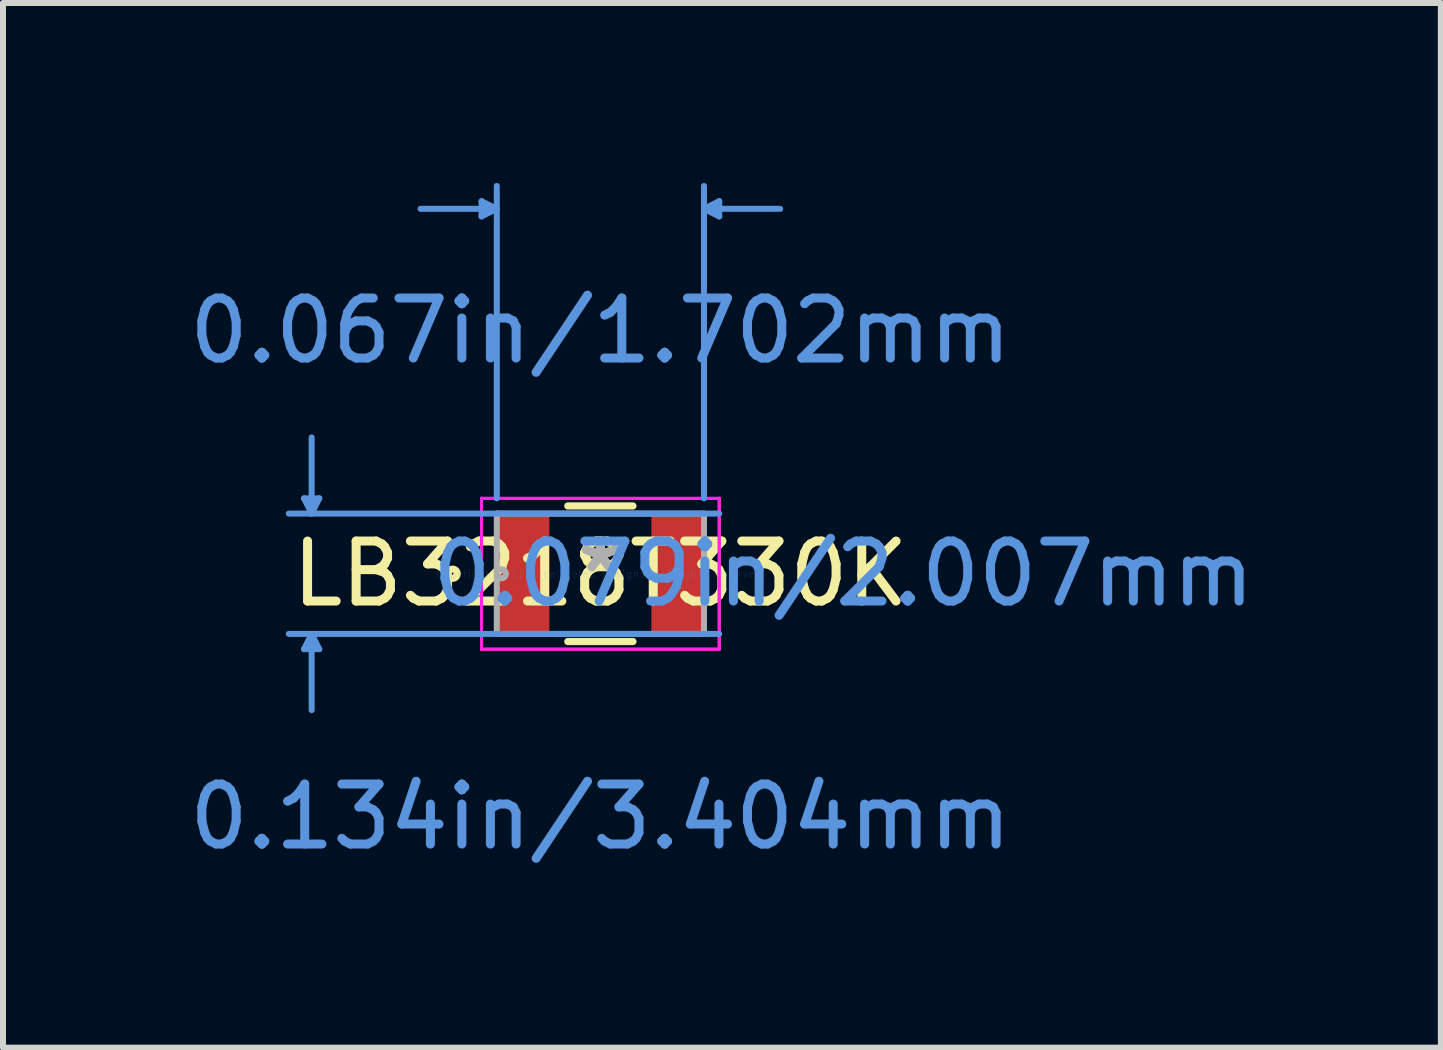
<source format=kicad_pcb>
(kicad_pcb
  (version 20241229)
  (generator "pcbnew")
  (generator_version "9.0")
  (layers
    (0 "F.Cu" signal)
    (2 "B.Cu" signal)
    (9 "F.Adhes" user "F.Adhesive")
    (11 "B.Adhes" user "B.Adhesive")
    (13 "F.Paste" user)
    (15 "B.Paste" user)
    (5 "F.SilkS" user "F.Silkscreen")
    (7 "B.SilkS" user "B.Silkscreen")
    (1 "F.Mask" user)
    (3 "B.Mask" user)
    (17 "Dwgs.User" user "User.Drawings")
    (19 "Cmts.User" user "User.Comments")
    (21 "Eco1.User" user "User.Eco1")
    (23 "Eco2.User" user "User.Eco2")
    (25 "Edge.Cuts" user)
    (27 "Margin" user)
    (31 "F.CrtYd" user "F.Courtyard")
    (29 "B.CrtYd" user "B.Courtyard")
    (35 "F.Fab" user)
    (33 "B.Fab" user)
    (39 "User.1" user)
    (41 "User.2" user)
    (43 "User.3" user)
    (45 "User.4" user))
  (footprint "LB3218T330K"
    (layer "F.Cu")
    (at 6.958 6.514)
    (property "Reference" "LB3218T330K" (at 0 0 0) (layer "F.SilkS") (effects (font (size 1 1) (thickness 0.15))))
    (attr through_hole)
    (fp_line (start -0.543 1.13) (end 0.543 1.13) (stroke (width 0.12) (type solid)) (layer "F.SilkS"))
    (fp_line (start 0.543 -1.13) (end -0.543 -1.13) (stroke (width 0.12) (type solid)) (layer "F.SilkS"))
    (fp_circle (center -2.464 0) (end -2.388 0) (stroke (width 0.12) (type solid)) (fill no) (layer "F.SilkS"))
    (fp_line (start -4.94 -1.257) (end -4.686 -1.257) (stroke (width 0.1) (type solid)) (layer "Cmts.User"))
    (fp_line (start -4.94 1.257) (end -4.686 1.257) (stroke (width 0.1) (type solid)) (layer "Cmts.User"))
    (fp_line (start -4.813 -1.003) (end -4.94 -1.257) (stroke (width 0.1) (type solid)) (layer "Cmts.User"))
    (fp_line (start -4.813 -1.003) (end -4.813 -2.273) (stroke (width 0.1) (type solid)) (layer "Cmts.User"))
    (fp_line (start -4.813 -1.003) (end -4.686 -1.257) (stroke (width 0.1) (type solid)) (layer "Cmts.User"))
    (fp_line (start -4.813 1.003) (end -4.94 1.257) (stroke (width 0.1) (type solid)) (layer "Cmts.User"))
    (fp_line (start -4.813 1.003) (end -4.813 2.273) (stroke (width 0.1) (type solid)) (layer "Cmts.User"))
    (fp_line (start -4.813 1.003) (end -4.686 1.257) (stroke (width 0.1) (type solid)) (layer "Cmts.User"))
    (fp_line (start -1.981 -6.21) (end -1.981 -5.956) (stroke (width 0.1) (type solid)) (layer "Cmts.User"))
    (fp_line (start -1.727 -6.083) (end -2.997 -6.083) (stroke (width 0.1) (type solid)) (layer "Cmts.User"))
    (fp_line (start -1.727 -6.083) (end -1.981 -6.21) (stroke (width 0.1) (type solid)) (layer "Cmts.User"))
    (fp_line (start -1.727 -6.083) (end -1.981 -5.956) (stroke (width 0.1) (type solid)) (layer "Cmts.User"))
    (fp_line (start -1.727 -1.257) (end -1.727 -6.464) (stroke (width 0.1) (type solid)) (layer "Cmts.User"))
    (fp_line (start 1.727 -6.083) (end 1.981 -6.21) (stroke (width 0.1) (type solid)) (layer "Cmts.User"))
    (fp_line (start 1.727 -6.083) (end 1.981 -5.956) (stroke (width 0.1) (type solid)) (layer "Cmts.User"))
    (fp_line (start 1.727 -6.083) (end 2.997 -6.083) (stroke (width 0.1) (type solid)) (layer "Cmts.User"))
    (fp_line (start 1.727 -1.257) (end 1.727 -6.464) (stroke (width 0.1) (type solid)) (layer "Cmts.User"))
    (fp_line (start 1.981 -6.21) (end 1.981 -5.956) (stroke (width 0.1) (type solid)) (layer "Cmts.User"))
    (fp_line (start 1.981 -1.003) (end -5.194 -1.003) (stroke (width 0.1) (type solid)) (layer "Cmts.User"))
    (fp_line (start 1.981 1.003) (end -5.194 1.003) (stroke (width 0.1) (type solid)) (layer "Cmts.User"))
    (fp_line (start -1.981 -1.257) (end -1.981 -1.257) (stroke (width 0.05) (type solid)) (layer "F.CrtYd"))
    (fp_line (start -1.981 -1.257) (end -1.981 -1.257) (stroke (width 0.05) (type solid)) (layer "F.CrtYd"))
    (fp_line (start -1.981 -1.257) (end -1.981 -1.257) (stroke (width 0.05) (type solid)) (layer "F.CrtYd"))
    (fp_line (start -1.981 -1.257) (end -1.981 -1.257) (stroke (width 0.05) (type solid)) (layer "F.CrtYd"))
    (fp_line (start -1.981 -1.257) (end 1.981 -1.257) (stroke (width 0.05) (type solid)) (layer "F.CrtYd"))
    (fp_line (start -1.981 -1.257) (end 1.981 -1.257) (stroke (width 0.05) (type solid)) (layer "F.CrtYd"))
    (fp_line (start -1.981 1.257) (end -1.981 -1.257) (stroke (width 0.05) (type solid)) (layer "F.CrtYd"))
    (fp_line (start -1.981 1.257) (end -1.981 -1.257) (stroke (width 0.05) (type solid)) (layer "F.CrtYd"))
    (fp_line (start -1.981 1.257) (end -1.981 1.257) (stroke (width 0.05) (type solid)) (layer "F.CrtYd"))
    (fp_line (start -1.981 1.257) (end -1.981 1.257) (stroke (width 0.05) (type solid)) (layer "F.CrtYd"))
    (fp_line (start -1.981 1.257) (end -1.981 1.257) (stroke (width 0.05) (type solid)) (layer "F.CrtYd"))
    (fp_line (start -1.981 1.257) (end -1.981 1.257) (stroke (width 0.05) (type solid)) (layer "F.CrtYd"))
    (fp_line (start 1.981 -1.257) (end 1.981 -1.257) (stroke (width 0.05) (type solid)) (layer "F.CrtYd"))
    (fp_line (start 1.981 -1.257) (end 1.981 -1.257) (stroke (width 0.05) (type solid)) (layer "F.CrtYd"))
    (fp_line (start 1.981 -1.257) (end 1.981 -1.257) (stroke (width 0.05) (type solid)) (layer "F.CrtYd"))
    (fp_line (start 1.981 -1.257) (end 1.981 -1.257) (stroke (width 0.05) (type solid)) (layer "F.CrtYd"))
    (fp_line (start 1.981 -1.257) (end 1.981 1.257) (stroke (width 0.05) (type solid)) (layer "F.CrtYd"))
    (fp_line (start 1.981 -1.257) (end 1.981 1.257) (stroke (width 0.05) (type solid)) (layer "F.CrtYd"))
    (fp_line (start 1.981 1.257) (end -1.981 1.257) (stroke (width 0.05) (type solid)) (layer "F.CrtYd"))
    (fp_line (start 1.981 1.257) (end -1.981 1.257) (stroke (width 0.05) (type solid)) (layer "F.CrtYd"))
    (fp_line (start 1.981 1.257) (end 1.981 1.257) (stroke (width 0.05) (type solid)) (layer "F.CrtYd"))
    (fp_line (start 1.981 1.257) (end 1.981 1.257) (stroke (width 0.05) (type solid)) (layer "F.CrtYd"))
    (fp_line (start 1.981 1.257) (end 1.981 1.257) (stroke (width 0.05) (type solid)) (layer "F.CrtYd"))
    (fp_line (start 1.981 1.257) (end 1.981 1.257) (stroke (width 0.05) (type solid)) (layer "F.CrtYd"))
    (fp_line (start -1.727 -1.003) (end -1.727 1.003) (stroke (width 0.1) (type solid)) (layer "F.Fab"))
    (fp_line (start -1.727 1.003) (end 1.727 1.003) (stroke (width 0.1) (type solid)) (layer "F.Fab"))
    (fp_line (start 1.727 -1.003) (end -1.727 -1.003) (stroke (width 0.1) (type solid)) (layer "F.Fab"))
    (fp_line (start 1.727 1.003) (end 1.727 -1.003) (stroke (width 0.1) (type solid)) (layer "F.Fab"))
    (fp_circle (center -1.651 0) (end -1.575 0) (stroke (width 0.1) (type solid)) (fill no) (layer "F.Fab"))
    (fp_text user "*" (at 0 0 0) (layer "F.SilkS") (effects (font (size 1 1) (thickness 0.15))))
    (fp_text user "0.067in/1.702mm" (at 0 -4.051 0) (layer "Cmts.User") (effects (font (size 1 1) (thickness 0.15))))
    (fp_text user "Copyright 2021 Accelerated Designs. All rights reserved." (at 0 0 0) (layer "Cmts.User") (effects (font (size 0.127 0.127) (thickness 0.002))))
    (fp_text user "0.079in/2.007mm" (at 4.051 0 0) (layer "Cmts.User") (effects (font (size 1 1) (thickness 0.15))))
    (fp_text user "0.134in/3.404mm" (at 0 4.051 0) (layer "Cmts.User") (effects (font (size 1 1) (thickness 0.15))))
    (fp_text user "*" (at 0 0 0) (layer "F.Fab") (effects (font (size 1 1) (thickness 0.15))))
    (pad "1" smd rect (at -1.276 0) (size 0.851 2.007) (layers "F.Cu" "F.Mask" "F.Paste"))
    (pad "2" smd rect (at 1.276 0) (size 0.851 2.007) (layers "F.Cu" "F.Mask" "F.Paste")))
  (gr_rect
    (start -3 -3)
    (end 20.968 14.414)
    (stroke (width 0.1) (type default))
    (fill no)
    (layer "Edge.Cuts")))
</source>
